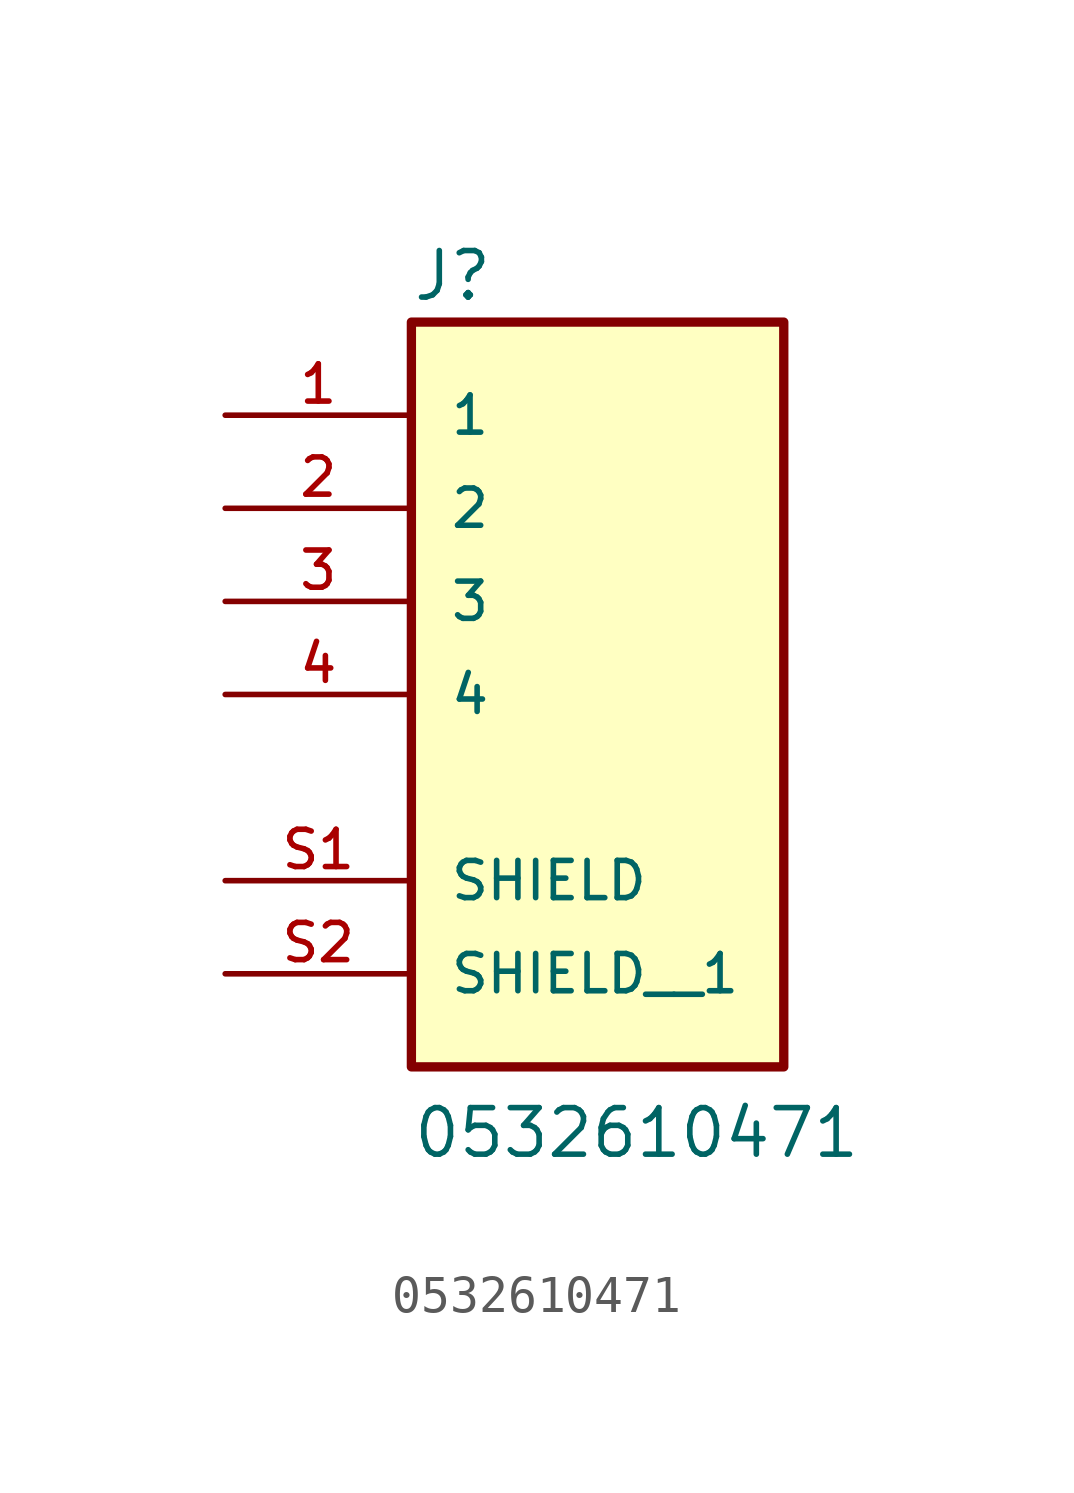
<source format=kicad_sym>
(kicad_symbol_lib
  (version 20211014)
  (generator kicad_symbol_editor)
  (symbol "0532610471"
    (pin_names
      (offset 1.016))
    (property "Reference" "J"
      (at -5.084 8.14 0)
      (effects (font (size 1.27 1.27)) (justify bottom left)))
    (property "Value" "0532610471"
      (at -5.082 -15.245 0)
      (effects (font (size 1.27 1.27)) (justify bottom left)))
    (symbol "0532610471_0_0"
      (rectangle (start -5.08 -12.7) (end 5.08 7.62) (stroke (width 0.254)) (fill (type background)))
      (pin passive line (at -10.16 5.08 0) (length 5.08) (name "1" (effects (font (size 1.016 1.016)))) (number "1" (effects (font (size 1.016 1.016)))))
      (pin passive line (at -10.16 2.54 0) (length 5.08) (name "2" (effects (font (size 1.016 1.016)))) (number "2" (effects (font (size 1.016 1.016)))))
      (pin passive line (at -10.16 0.0 0) (length 5.08) (name "3" (effects (font (size 1.016 1.016)))) (number "3" (effects (font (size 1.016 1.016)))))
      (pin passive line (at -10.16 -2.54 0) (length 5.08) (name "4" (effects (font (size 1.016 1.016)))) (number "4" (effects (font (size 1.016 1.016)))))
      (pin passive line (at -10.16 -7.62 0) (length 5.08) (name "SHIELD" (effects (font (size 1.016 1.016)))) (number "S1" (effects (font (size 1.016 1.016)))))
      (pin passive line (at -10.16 -10.16 0) (length 5.08) (name "SHIELD__1" (effects (font (size 1.016 1.016)))) (number "S2" (effects (font (size 1.016 1.016))))))))
</source>
